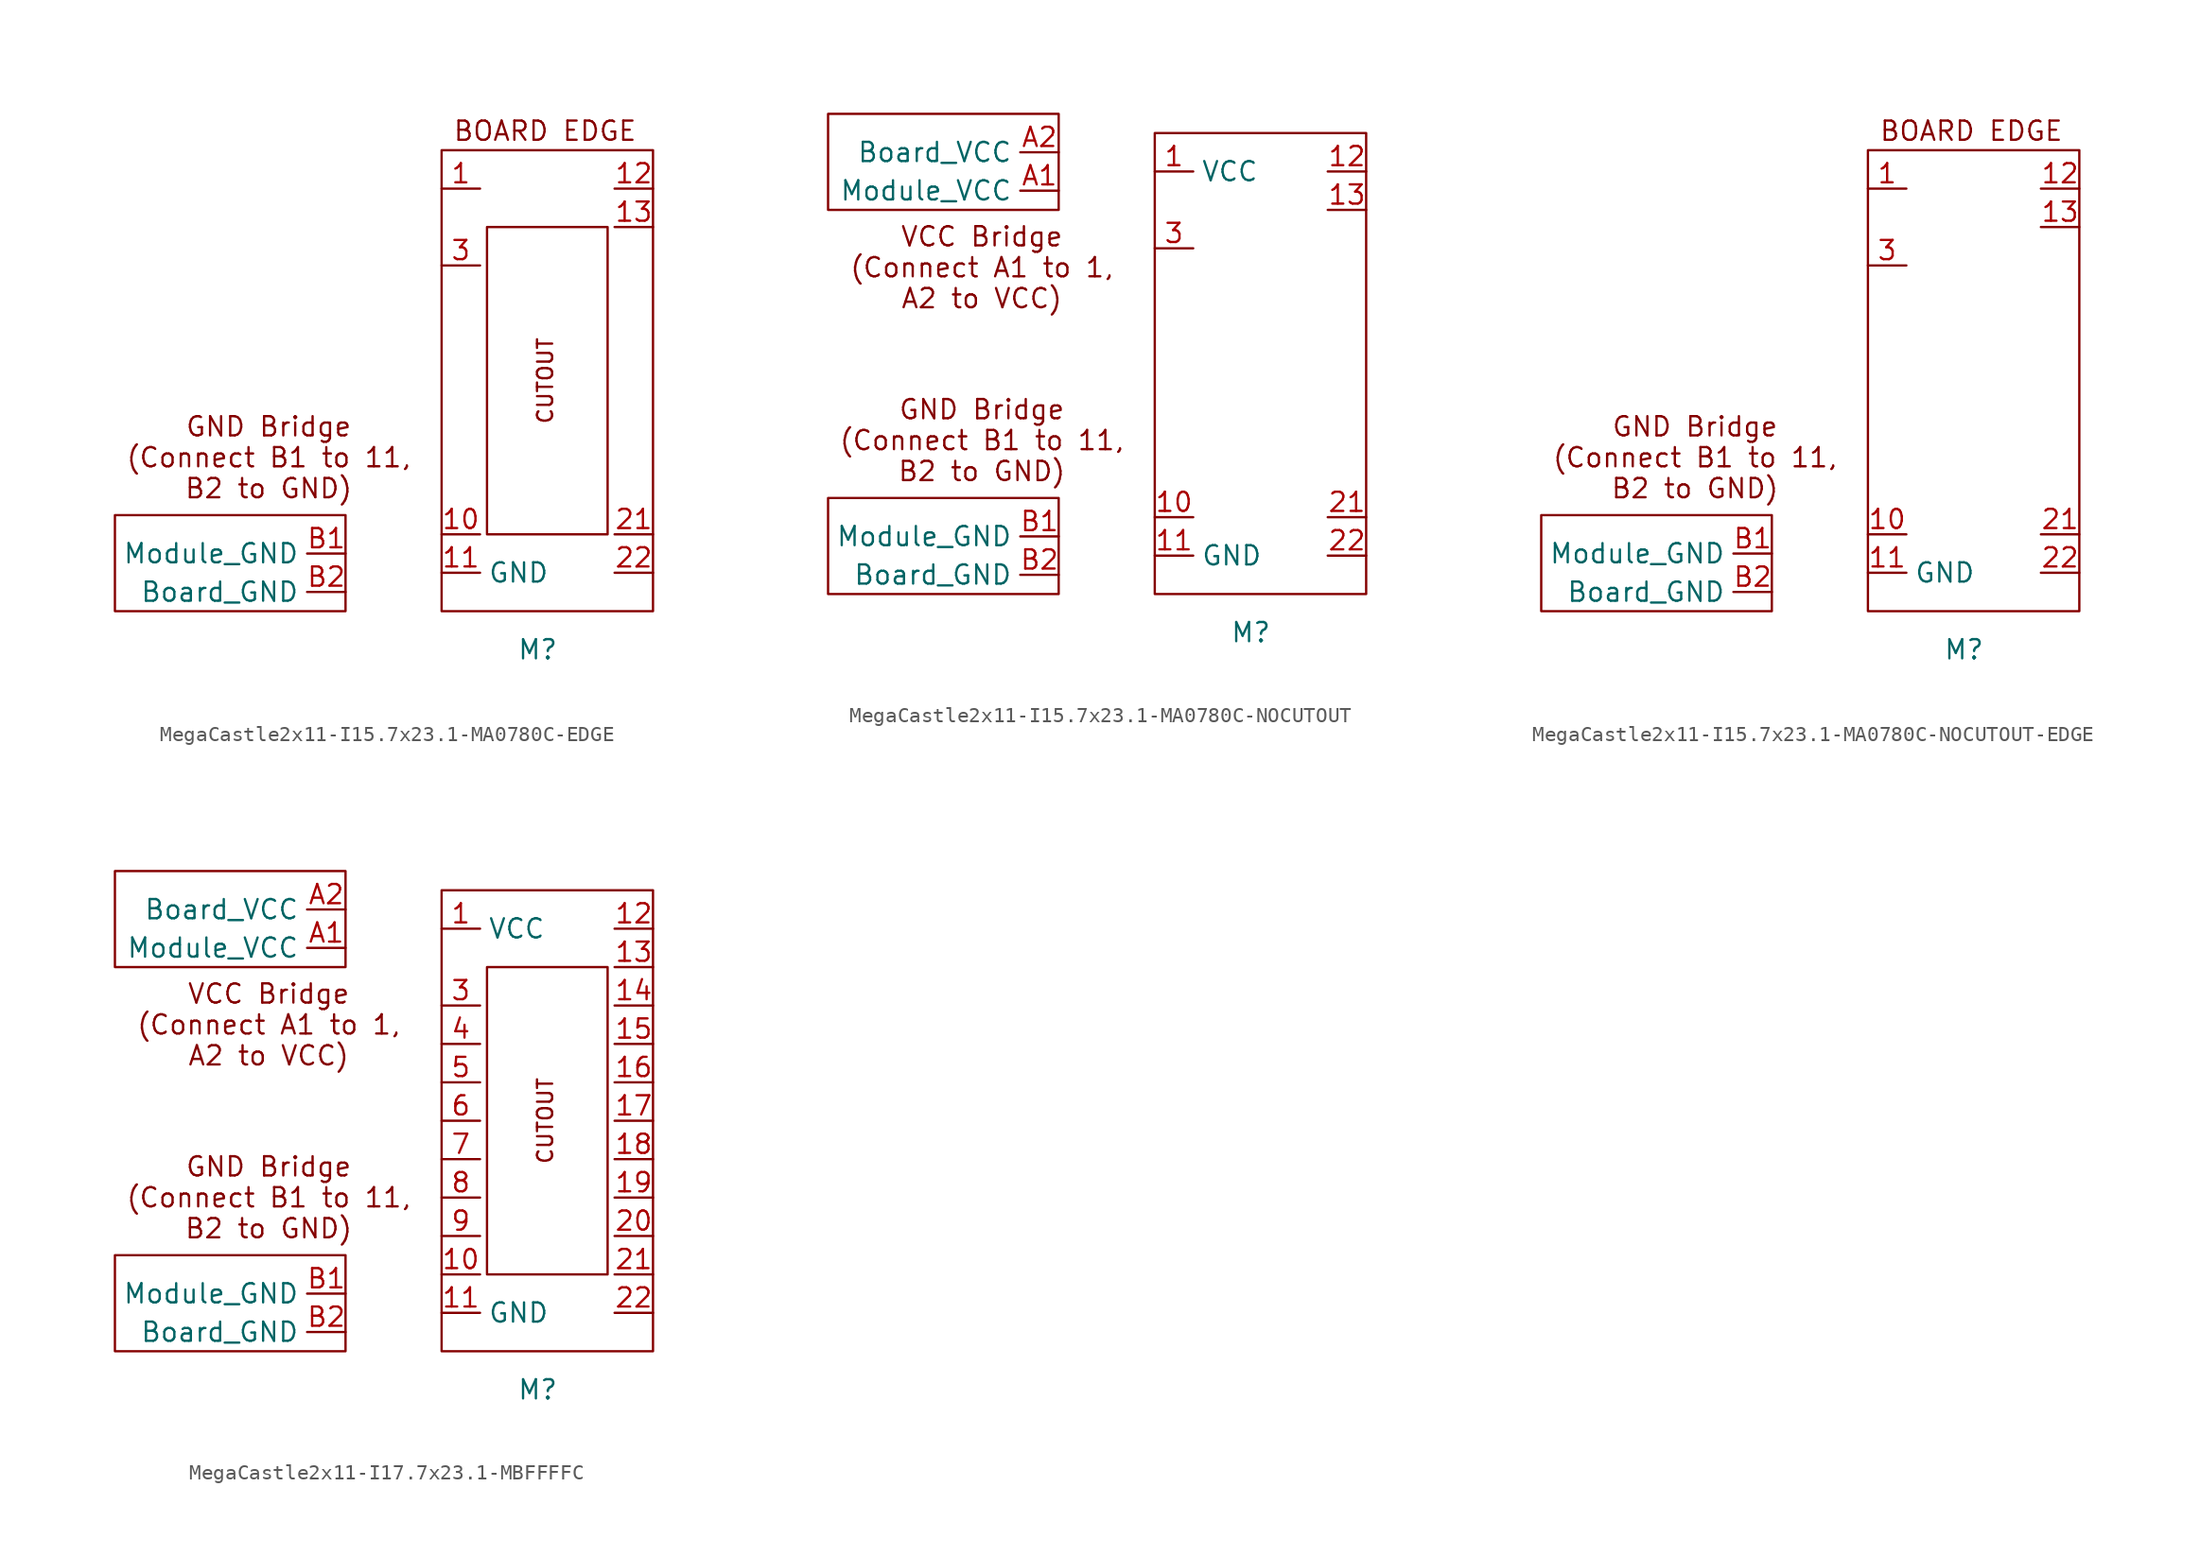
<source format=kicad_sym>
(kicad_symbol_lib
  (version 20241209)
  (generator "kicad_symbol_editor")
  (generator_version "9.0")
  (symbol "MegaCastle2x11-I15.7x23.1-MA0780C-EDGE"
    (property "Reference" "M"
      (at 0 -17.78 0)
      (effects (font (size 1.27 1.27))))
    (property "Value" ""
      (at 0 5.08 0)
      (effects (font (size 1.27 1.27))))
    (symbol "MegaCastle2x11-I15.7x23.1-MA0780C-EDGE_0_1"
      (rectangle (start -27.94 -8.89) (end -12.7 -15.24) (stroke (width 0) (type default)) (fill (type none)))
      (rectangle (start -6.35 15.24) (end 7.62 -15.24) (stroke (width 0) (type default)) (fill (type none)))
      (rectangle (start -3.35 10.16) (end 4.62 -10.16) (stroke (width 0) (type default)) (fill (type none))))
    (symbol "MegaCastle2x11-I15.7x23.1-MA0780C-EDGE_1_1"
      (text "GND Bridge\n(Connect B1 to 11,\nB2 to GND)" (at -17.78 -5.08 0) (effects (font (size 1.27 1.27))))
      (text " BOARD EDGE" (at 0 16.51 0) (effects (font (size 1.27 1.27))))
      (text "CUTOUT" (at 0.5 0 900) (effects (font (size 1 1))))
      (pin bidirectional line (at -12.7 -11.43 180) (length 2.54) (name "Module_GND" (effects (font (size 1.27 1.27)))) (number "B1" (effects (font (size 1.27 1.27)))))
      (pin bidirectional line (at -12.7 -13.97 180) (length 2.54) (name "Board_GND" (effects (font (size 1.27 1.27)))) (number "B2" (effects (font (size 1.27 1.27)))))
      (pin bidirectional line (at -6.35 12.7 0) (length 2.54) (name "" (effects (font (size 1.27 1.27)))) (number "1" (effects (font (size 1.27 1.27)))))
      (pin bidirectional line (at -6.35 7.62 0) (length 2.54) (name "" (effects (font (size 1.27 1.27)))) (number "3" (effects (font (size 1.27 1.27)))))
      (pin bidirectional line (at -6.35 -10.16 0) (length 2.54) (name "" (effects (font (size 1.27 1.27)))) (number "10" (effects (font (size 1.27 1.27)))))
      (pin bidirectional line (at -6.35 -12.7 0) (length 2.54) (name "GND" (effects (font (size 1.27 1.27)))) (number "11" (effects (font (size 1.27 1.27)))))
      (pin bidirectional line (at 7.62 12.7 180) (length 2.54) (name "" (effects (font (size 1.27 1.27)))) (number "12" (effects (font (size 1.27 1.27)))))
      (pin bidirectional line (at 7.62 10.16 180) (length 2.54) (name "" (effects (font (size 1.27 1.27)))) (number "13" (effects (font (size 1.27 1.27)))))
      (pin bidirectional line (at 7.62 -10.16 180) (length 2.54) (name "" (effects (font (size 1.27 1.27)))) (number "21" (effects (font (size 1.27 1.27)))))
      (pin bidirectional line (at 7.62 -12.7 180) (length 2.54) (name "" (effects (font (size 1.27 1.27)))) (number "22" (effects (font (size 1.27 1.27)))))))
  (symbol "MegaCastle2x11-I15.7x23.1-MA0780C-NOCUTOUT"
    (property "Reference" "M"
      (at 0 -17.78 0)
      (effects (font (size 1.27 1.27))))
    (property "Value" ""
      (at 0 5.08 0)
      (effects (font (size 1.27 1.27))))
    (symbol "MegaCastle2x11-I15.7x23.1-MA0780C-NOCUTOUT_0_1"
      (rectangle (start -27.94 16.51) (end -12.7 10.16) (stroke (width 0) (type default)) (fill (type none)))
      (rectangle (start -27.94 -8.89) (end -12.7 -15.24) (stroke (width 0) (type default)) (fill (type none)))
      (rectangle (start -6.35 15.24) (end 7.62 -15.24) (stroke (width 0) (type default)) (fill (type none))))
    (symbol "MegaCastle2x11-I15.7x23.1-MA0780C-NOCUTOUT_1_1"
      (text "VCC Bridge\n(Connect A1 to 1,\nA2 to VCC)" (at -17.78 6.35 0) (effects (font (size 1.27 1.27))))
      (text "GND Bridge\n(Connect B1 to 11,\nB2 to GND)" (at -17.78 -5.08 0) (effects (font (size 1.27 1.27))))
      (pin bidirectional line (at -12.7 13.97 180) (length 2.54) (name "Board_VCC" (effects (font (size 1.27 1.27)))) (number "A2" (effects (font (size 1.27 1.27)))))
      (pin bidirectional line (at -12.7 11.43 180) (length 2.54) (name "Module_VCC" (effects (font (size 1.27 1.27)))) (number "A1" (effects (font (size 1.27 1.27)))))
      (pin bidirectional line (at -12.7 -11.43 180) (length 2.54) (name "Module_GND" (effects (font (size 1.27 1.27)))) (number "B1" (effects (font (size 1.27 1.27)))))
      (pin bidirectional line (at -12.7 -13.97 180) (length 2.54) (name "Board_GND" (effects (font (size 1.27 1.27)))) (number "B2" (effects (font (size 1.27 1.27)))))
      (pin bidirectional line (at -6.35 12.7 0) (length 2.54) (name "VCC" (effects (font (size 1.27 1.27)))) (number "1" (effects (font (size 1.27 1.27)))))
      (pin bidirectional line (at -6.35 7.62 0) (length 2.54) (name "" (effects (font (size 1.27 1.27)))) (number "3" (effects (font (size 1.27 1.27)))))
      (pin bidirectional line (at -6.35 -10.16 0) (length 2.54) (name "" (effects (font (size 1.27 1.27)))) (number "10" (effects (font (size 1.27 1.27)))))
      (pin bidirectional line (at -6.35 -12.7 0) (length 2.54) (name "GND" (effects (font (size 1.27 1.27)))) (number "11" (effects (font (size 1.27 1.27)))))
      (pin bidirectional line (at 7.62 12.7 180) (length 2.54) (name "" (effects (font (size 1.27 1.27)))) (number "12" (effects (font (size 1.27 1.27)))))
      (pin bidirectional line (at 7.62 10.16 180) (length 2.54) (name "" (effects (font (size 1.27 1.27)))) (number "13" (effects (font (size 1.27 1.27)))))
      (pin bidirectional line (at 7.62 -10.16 180) (length 2.54) (name "" (effects (font (size 1.27 1.27)))) (number "21" (effects (font (size 1.27 1.27)))))
      (pin bidirectional line (at 7.62 -12.7 180) (length 2.54) (name "" (effects (font (size 1.27 1.27)))) (number "22" (effects (font (size 1.27 1.27)))))))
  (symbol "MegaCastle2x11-I15.7x23.1-MA0780C-NOCUTOUT-EDGE"
    (property "Reference" "M"
      (at 0 -17.78 0)
      (effects (font (size 1.27 1.27))))
    (property "Value" ""
      (at 0 5.08 0)
      (effects (font (size 1.27 1.27))))
    (symbol "MegaCastle2x11-I15.7x23.1-MA0780C-NOCUTOUT-EDGE_0_1"
      (rectangle (start -27.94 -8.89) (end -12.7 -15.24) (stroke (width 0) (type default)) (fill (type none)))
      (rectangle (start -6.35 15.24) (end 7.62 -15.24) (stroke (width 0) (type default)) (fill (type none))))
    (symbol "MegaCastle2x11-I15.7x23.1-MA0780C-NOCUTOUT-EDGE_1_1"
      (text "GND Bridge\n(Connect B1 to 11,\nB2 to GND)" (at -17.78 -5.08 0) (effects (font (size 1.27 1.27))))
      (text " BOARD EDGE" (at 0 16.51 0) (effects (font (size 1.27 1.27))))
      (pin bidirectional line (at -12.7 -11.43 180) (length 2.54) (name "Module_GND" (effects (font (size 1.27 1.27)))) (number "B1" (effects (font (size 1.27 1.27)))))
      (pin bidirectional line (at -12.7 -13.97 180) (length 2.54) (name "Board_GND" (effects (font (size 1.27 1.27)))) (number "B2" (effects (font (size 1.27 1.27)))))
      (pin bidirectional line (at -6.35 12.7 0) (length 2.54) (name "" (effects (font (size 1.27 1.27)))) (number "1" (effects (font (size 1.27 1.27)))))
      (pin bidirectional line (at -6.35 7.62 0) (length 2.54) (name "" (effects (font (size 1.27 1.27)))) (number "3" (effects (font (size 1.27 1.27)))))
      (pin bidirectional line (at -6.35 -10.16 0) (length 2.54) (name "" (effects (font (size 1.27 1.27)))) (number "10" (effects (font (size 1.27 1.27)))))
      (pin bidirectional line (at -6.35 -12.7 0) (length 2.54) (name "GND" (effects (font (size 1.27 1.27)))) (number "11" (effects (font (size 1.27 1.27)))))
      (pin bidirectional line (at 7.62 12.7 180) (length 2.54) (name "" (effects (font (size 1.27 1.27)))) (number "12" (effects (font (size 1.27 1.27)))))
      (pin bidirectional line (at 7.62 10.16 180) (length 2.54) (name "" (effects (font (size 1.27 1.27)))) (number "13" (effects (font (size 1.27 1.27)))))
      (pin bidirectional line (at 7.62 -10.16 180) (length 2.54) (name "" (effects (font (size 1.27 1.27)))) (number "21" (effects (font (size 1.27 1.27)))))
      (pin bidirectional line (at 7.62 -12.7 180) (length 2.54) (name "" (effects (font (size 1.27 1.27)))) (number "22" (effects (font (size 1.27 1.27)))))))
  (symbol "MegaCastle2x11-I17.7x23.1-MBFFFFC"
    (property "Reference" "M"
      (at 0 -17.78 0)
      (effects (font (size 1.27 1.27))))
    (property "Value" ""
      (at 0 5.08 0)
      (effects (font (size 1.27 1.27))))
    (symbol "MegaCastle2x11-I17.7x23.1-MBFFFFC_0_1"
      (rectangle (start -27.94 16.51) (end -12.7 10.16) (stroke (width 0) (type default)) (fill (type none)))
      (rectangle (start -27.94 -8.89) (end -12.7 -15.24) (stroke (width 0) (type default)) (fill (type none)))
      (rectangle (start -6.35 15.24) (end 7.62 -15.24) (stroke (width 0) (type default)) (fill (type none)))
      (rectangle (start -3.35 10.16) (end 4.62 -10.16) (stroke (width 0) (type default)) (fill (type none))))
    (symbol "MegaCastle2x11-I17.7x23.1-MBFFFFC_1_1"
      (text "VCC Bridge\n(Connect A1 to 1,\nA2 to VCC)" (at -17.78 6.35 0) (effects (font (size 1.27 1.27))))
      (text "GND Bridge\n(Connect B1 to 11,\nB2 to GND)" (at -17.78 -5.08 0) (effects (font (size 1.27 1.27))))
      (text "CUTOUT" (at 0.5 0 900) (effects (font (size 1 1))))
      (pin bidirectional line (at -12.7 13.97 180) (length 2.54) (name "Board_VCC" (effects (font (size 1.27 1.27)))) (number "A2" (effects (font (size 1.27 1.27)))))
      (pin bidirectional line (at -12.7 11.43 180) (length 2.54) (name "Module_VCC" (effects (font (size 1.27 1.27)))) (number "A1" (effects (font (size 1.27 1.27)))))
      (pin bidirectional line (at -12.7 -11.43 180) (length 2.54) (name "Module_GND" (effects (font (size 1.27 1.27)))) (number "B1" (effects (font (size 1.27 1.27)))))
      (pin bidirectional line (at -12.7 -13.97 180) (length 2.54) (name "Board_GND" (effects (font (size 1.27 1.27)))) (number "B2" (effects (font (size 1.27 1.27)))))
      (pin bidirectional line (at -6.35 12.7 0) (length 2.54) (name "VCC" (effects (font (size 1.27 1.27)))) (number "1" (effects (font (size 1.27 1.27)))))
      (pin bidirectional line (at -6.35 7.62 0) (length 2.54) (name "" (effects (font (size 1.27 1.27)))) (number "3" (effects (font (size 1.27 1.27)))))
      (pin bidirectional line (at -6.35 5.08 0) (length 2.54) (name "" (effects (font (size 1.27 1.27)))) (number "4" (effects (font (size 1.27 1.27)))))
      (pin bidirectional line (at -6.35 2.54 0) (length 2.54) (name "" (effects (font (size 1.27 1.27)))) (number "5" (effects (font (size 1.27 1.27)))))
      (pin bidirectional line (at -6.35 0 0) (length 2.54) (name "" (effects (font (size 1.27 1.27)))) (number "6" (effects (font (size 1.27 1.27)))))
      (pin bidirectional line (at -6.35 -2.54 0) (length 2.54) (name "" (effects (font (size 1.27 1.27)))) (number "7" (effects (font (size 1.27 1.27)))))
      (pin bidirectional line (at -6.35 -5.08 0) (length 2.54) (name "" (effects (font (size 1.27 1.27)))) (number "8" (effects (font (size 1.27 1.27)))))
      (pin bidirectional line (at -6.35 -7.62 0) (length 2.54) (name "" (effects (font (size 1.27 1.27)))) (number "9" (effects (font (size 1.27 1.27)))))
      (pin bidirectional line (at -6.35 -10.16 0) (length 2.54) (name "" (effects (font (size 1.27 1.27)))) (number "10" (effects (font (size 1.27 1.27)))))
      (pin bidirectional line (at -6.35 -12.7 0) (length 2.54) (name "GND" (effects (font (size 1.27 1.27)))) (number "11" (effects (font (size 1.27 1.27)))))
      (pin bidirectional line (at 7.62 12.7 180) (length 2.54) (name "" (effects (font (size 1.27 1.27)))) (number "12" (effects (font (size 1.27 1.27)))))
      (pin bidirectional line (at 7.62 10.16 180) (length 2.54) (name "" (effects (font (size 1.27 1.27)))) (number "13" (effects (font (size 1.27 1.27)))))
      (pin bidirectional line (at 7.62 7.62 180) (length 2.54) (name "" (effects (font (size 1.27 1.27)))) (number "14" (effects (font (size 1.27 1.27)))))
      (pin bidirectional line (at 7.62 5.08 180) (length 2.54) (name "" (effects (font (size 1.27 1.27)))) (number "15" (effects (font (size 1.27 1.27)))))
      (pin bidirectional line (at 7.62 2.54 180) (length 2.54) (name "" (effects (font (size 1.27 1.27)))) (number "16" (effects (font (size 1.27 1.27)))))
      (pin bidirectional line (at 7.62 0 180) (length 2.54) (name "" (effects (font (size 1.27 1.27)))) (number "17" (effects (font (size 1.27 1.27)))))
      (pin bidirectional line (at 7.62 -2.54 180) (length 2.54) (name "" (effects (font (size 1.27 1.27)))) (number "18" (effects (font (size 1.27 1.27)))))
      (pin bidirectional line (at 7.62 -5.08 180) (length 2.54) (name "" (effects (font (size 1.27 1.27)))) (number "19" (effects (font (size 1.27 1.27)))))
      (pin bidirectional line (at 7.62 -7.62 180) (length 2.54) (name "" (effects (font (size 1.27 1.27)))) (number "20" (effects (font (size 1.27 1.27)))))
      (pin bidirectional line (at 7.62 -10.16 180) (length 2.54) (name "" (effects (font (size 1.27 1.27)))) (number "21" (effects (font (size 1.27 1.27)))))
      (pin bidirectional line (at 7.62 -12.7 180) (length 2.54) (name "" (effects (font (size 1.27 1.27)))) (number "22" (effects (font (size 1.27 1.27))))))))
</source>
